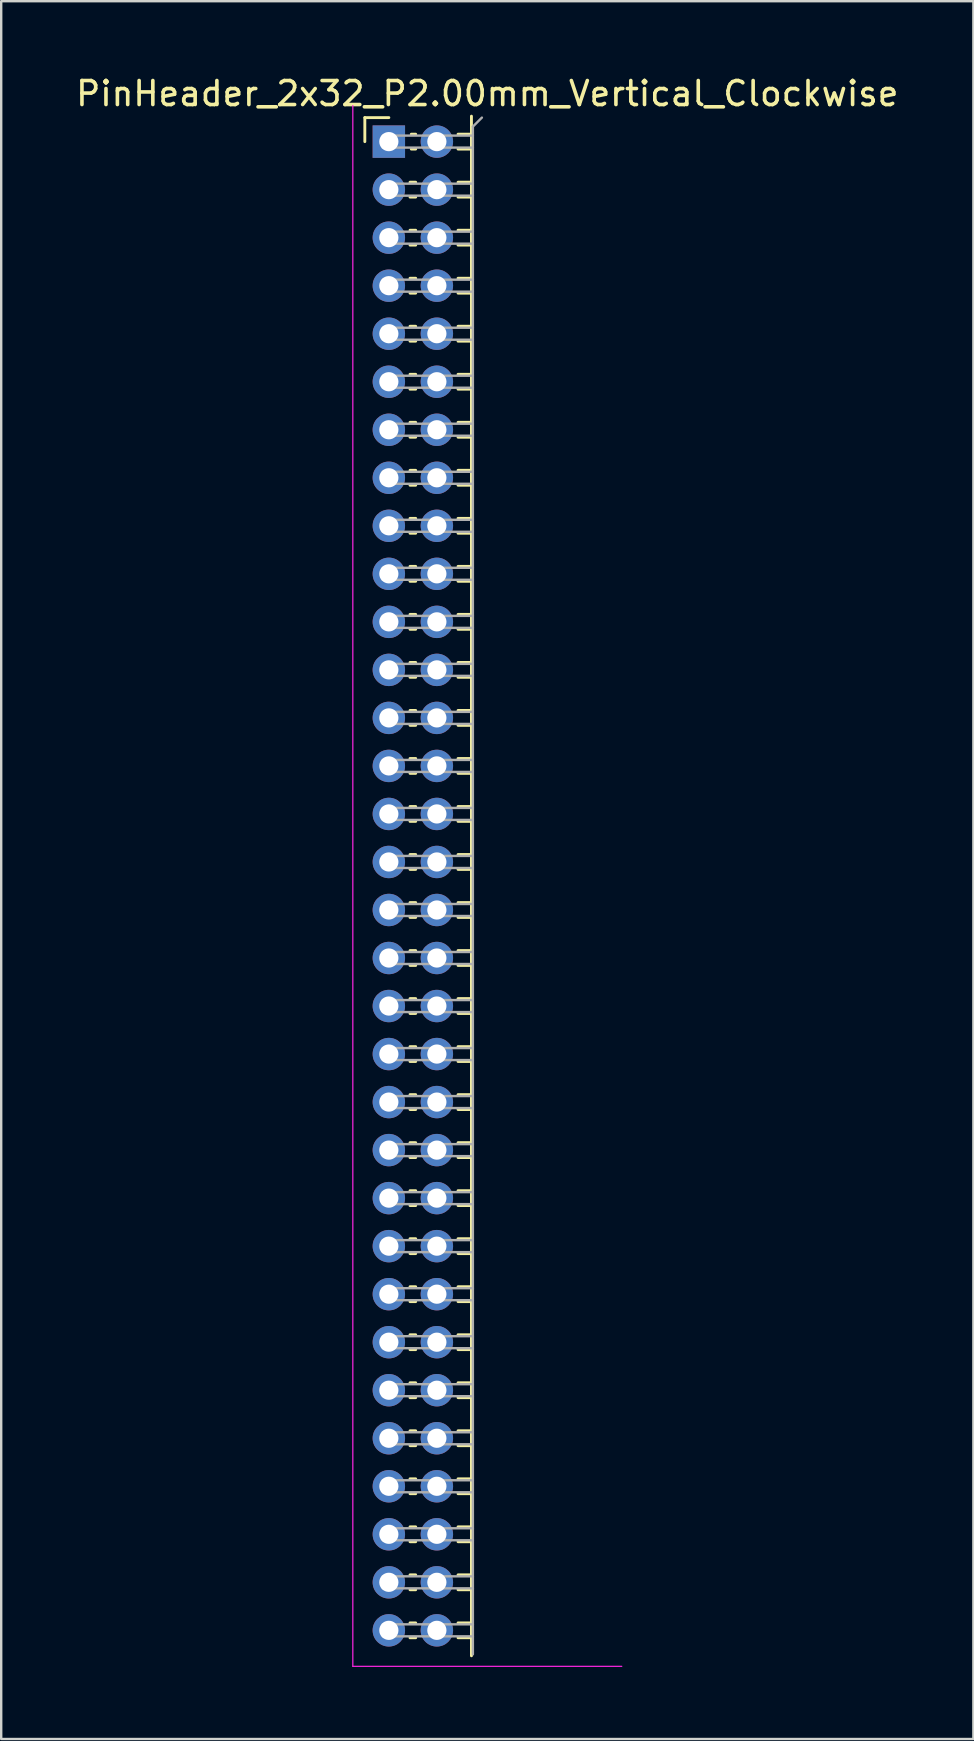
<source format=kicad_pcb>
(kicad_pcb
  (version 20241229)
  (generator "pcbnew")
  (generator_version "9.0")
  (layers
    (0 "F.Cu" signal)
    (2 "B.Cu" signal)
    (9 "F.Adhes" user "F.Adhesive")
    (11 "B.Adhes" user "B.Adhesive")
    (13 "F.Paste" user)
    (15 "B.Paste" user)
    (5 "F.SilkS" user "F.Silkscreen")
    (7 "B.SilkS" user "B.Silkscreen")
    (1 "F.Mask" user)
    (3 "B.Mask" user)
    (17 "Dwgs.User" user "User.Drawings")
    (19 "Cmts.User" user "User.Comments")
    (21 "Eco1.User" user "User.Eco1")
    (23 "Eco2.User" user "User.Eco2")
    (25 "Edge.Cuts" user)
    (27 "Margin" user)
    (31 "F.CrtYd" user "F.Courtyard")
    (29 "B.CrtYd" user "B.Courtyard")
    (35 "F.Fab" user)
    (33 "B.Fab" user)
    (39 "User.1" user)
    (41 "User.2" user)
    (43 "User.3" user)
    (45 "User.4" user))
  (footprint "PinHeader_2x32_P2.00mm_Vertical_Clockwise"
    (layer "F.Cu")
    (at 13.144 2.848)
    (property "Reference" "PinHeader_2x32_P2.00mm_Vertical_Clockwise" (at 4.1 -2 0) (layer "F.SilkS") (effects (font (size 1 1) (thickness 0.15))))
    (attr through_hole)
    (fp_line (start -1 -1) (end 0 -1) (stroke (width 0.12) (type solid)) (layer "F.SilkS"))
    (fp_line (start -1 0) (end -1 -1) (stroke (width 0.12) (type solid)) (layer "F.SilkS"))
    (fp_line (start 0.882 1.69) (end 1.118 1.69) (stroke (width 0.12) (type solid)) (layer "F.SilkS"))
    (fp_line (start 0.882 2.31) (end 1.118 2.31) (stroke (width 0.12) (type solid)) (layer "F.SilkS"))
    (fp_line (start 0.882 3.69) (end 1.118 3.69) (stroke (width 0.12) (type solid)) (layer "F.SilkS"))
    (fp_line (start 0.882 4.31) (end 1.118 4.31) (stroke (width 0.12) (type solid)) (layer "F.SilkS"))
    (fp_line (start 0.882 5.69) (end 1.118 5.69) (stroke (width 0.12) (type solid)) (layer "F.SilkS"))
    (fp_line (start 0.882 6.31) (end 1.118 6.31) (stroke (width 0.12) (type solid)) (layer "F.SilkS"))
    (fp_line (start 0.882 7.69) (end 1.118 7.69) (stroke (width 0.12) (type solid)) (layer "F.SilkS"))
    (fp_line (start 0.882 8.31) (end 1.118 8.31) (stroke (width 0.12) (type solid)) (layer "F.SilkS"))
    (fp_line (start 0.882 9.69) (end 1.118 9.69) (stroke (width 0.12) (type solid)) (layer "F.SilkS"))
    (fp_line (start 0.882 10.31) (end 1.118 10.31) (stroke (width 0.12) (type solid)) (layer "F.SilkS"))
    (fp_line (start 0.882 11.69) (end 1.118 11.69) (stroke (width 0.12) (type solid)) (layer "F.SilkS"))
    (fp_line (start 0.882 12.31) (end 1.118 12.31) (stroke (width 0.12) (type solid)) (layer "F.SilkS"))
    (fp_line (start 0.882 13.69) (end 1.118 13.69) (stroke (width 0.12) (type solid)) (layer "F.SilkS"))
    (fp_line (start 0.882 14.31) (end 1.118 14.31) (stroke (width 0.12) (type solid)) (layer "F.SilkS"))
    (fp_line (start 0.882 15.69) (end 1.118 15.69) (stroke (width 0.12) (type solid)) (layer "F.SilkS"))
    (fp_line (start 0.882 16.31) (end 1.118 16.31) (stroke (width 0.12) (type solid)) (layer "F.SilkS"))
    (fp_line (start 0.882 17.69) (end 1.118 17.69) (stroke (width 0.12) (type solid)) (layer "F.SilkS"))
    (fp_line (start 0.882 18.31) (end 1.118 18.31) (stroke (width 0.12) (type solid)) (layer "F.SilkS"))
    (fp_line (start 0.882 19.69) (end 1.118 19.69) (stroke (width 0.12) (type solid)) (layer "F.SilkS"))
    (fp_line (start 0.882 20.31) (end 1.118 20.31) (stroke (width 0.12) (type solid)) (layer "F.SilkS"))
    (fp_line (start 0.882 21.69) (end 1.118 21.69) (stroke (width 0.12) (type solid)) (layer "F.SilkS"))
    (fp_line (start 0.882 22.31) (end 1.118 22.31) (stroke (width 0.12) (type solid)) (layer "F.SilkS"))
    (fp_line (start 0.882 23.69) (end 1.118 23.69) (stroke (width 0.12) (type solid)) (layer "F.SilkS"))
    (fp_line (start 0.882 24.31) (end 1.118 24.31) (stroke (width 0.12) (type solid)) (layer "F.SilkS"))
    (fp_line (start 0.882 25.69) (end 1.118 25.69) (stroke (width 0.12) (type solid)) (layer "F.SilkS"))
    (fp_line (start 0.882 26.31) (end 1.118 26.31) (stroke (width 0.12) (type solid)) (layer "F.SilkS"))
    (fp_line (start 0.882 27.69) (end 1.118 27.69) (stroke (width 0.12) (type solid)) (layer "F.SilkS"))
    (fp_line (start 0.882 28.31) (end 1.118 28.31) (stroke (width 0.12) (type solid)) (layer "F.SilkS"))
    (fp_line (start 0.882 29.69) (end 1.118 29.69) (stroke (width 0.12) (type solid)) (layer "F.SilkS"))
    (fp_line (start 0.882 30.31) (end 1.118 30.31) (stroke (width 0.12) (type solid)) (layer "F.SilkS"))
    (fp_line (start 0.882 31.69) (end 1.118 31.69) (stroke (width 0.12) (type solid)) (layer "F.SilkS"))
    (fp_line (start 0.882 32.31) (end 1.118 32.31) (stroke (width 0.12) (type solid)) (layer "F.SilkS"))
    (fp_line (start 0.882 33.69) (end 1.118 33.69) (stroke (width 0.12) (type solid)) (layer "F.SilkS"))
    (fp_line (start 0.882 34.31) (end 1.118 34.31) (stroke (width 0.12) (type solid)) (layer "F.SilkS"))
    (fp_line (start 0.882 35.69) (end 1.118 35.69) (stroke (width 0.12) (type solid)) (layer "F.SilkS"))
    (fp_line (start 0.882 36.31) (end 1.118 36.31) (stroke (width 0.12) (type solid)) (layer "F.SilkS"))
    (fp_line (start 0.882 37.69) (end 1.118 37.69) (stroke (width 0.12) (type solid)) (layer "F.SilkS"))
    (fp_line (start 0.882 38.31) (end 1.118 38.31) (stroke (width 0.12) (type solid)) (layer "F.SilkS"))
    (fp_line (start 0.882 39.69) (end 1.118 39.69) (stroke (width 0.12) (type solid)) (layer "F.SilkS"))
    (fp_line (start 0.882 40.31) (end 1.118 40.31) (stroke (width 0.12) (type solid)) (layer "F.SilkS"))
    (fp_line (start 0.882 41.69) (end 1.118 41.69) (stroke (width 0.12) (type solid)) (layer "F.SilkS"))
    (fp_line (start 0.882 42.31) (end 1.118 42.31) (stroke (width 0.12) (type solid)) (layer "F.SilkS"))
    (fp_line (start 0.882 43.69) (end 1.118 43.69) (stroke (width 0.12) (type solid)) (layer "F.SilkS"))
    (fp_line (start 0.882 44.31) (end 1.118 44.31) (stroke (width 0.12) (type solid)) (layer "F.SilkS"))
    (fp_line (start 0.882 45.69) (end 1.118 45.69) (stroke (width 0.12) (type solid)) (layer "F.SilkS"))
    (fp_line (start 0.882 46.31) (end 1.118 46.31) (stroke (width 0.12) (type solid)) (layer "F.SilkS"))
    (fp_line (start 0.882 47.69) (end 1.118 47.69) (stroke (width 0.12) (type solid)) (layer "F.SilkS"))
    (fp_line (start 0.882 48.31) (end 1.118 48.31) (stroke (width 0.12) (type solid)) (layer "F.SilkS"))
    (fp_line (start 0.882 49.69) (end 1.118 49.69) (stroke (width 0.12) (type solid)) (layer "F.SilkS"))
    (fp_line (start 0.882 50.31) (end 1.118 50.31) (stroke (width 0.12) (type solid)) (layer "F.SilkS"))
    (fp_line (start 0.882 51.69) (end 1.118 51.69) (stroke (width 0.12) (type solid)) (layer "F.SilkS"))
    (fp_line (start 0.882 52.31) (end 1.118 52.31) (stroke (width 0.12) (type solid)) (layer "F.SilkS"))
    (fp_line (start 0.882 53.69) (end 1.118 53.69) (stroke (width 0.12) (type solid)) (layer "F.SilkS"))
    (fp_line (start 0.882 54.31) (end 1.118 54.31) (stroke (width 0.12) (type solid)) (layer "F.SilkS"))
    (fp_line (start 0.882 55.69) (end 1.118 55.69) (stroke (width 0.12) (type solid)) (layer "F.SilkS"))
    (fp_line (start 0.882 56.31) (end 1.118 56.31) (stroke (width 0.12) (type solid)) (layer "F.SilkS"))
    (fp_line (start 0.882 57.69) (end 1.118 57.69) (stroke (width 0.12) (type solid)) (layer "F.SilkS"))
    (fp_line (start 0.882 58.31) (end 1.118 58.31) (stroke (width 0.12) (type solid)) (layer "F.SilkS"))
    (fp_line (start 0.882 59.69) (end 1.118 59.69) (stroke (width 0.12) (type solid)) (layer "F.SilkS"))
    (fp_line (start 0.882 60.31) (end 1.118 60.31) (stroke (width 0.12) (type solid)) (layer "F.SilkS"))
    (fp_line (start 0.882 61.69) (end 1.118 61.69) (stroke (width 0.12) (type solid)) (layer "F.SilkS"))
    (fp_line (start 0.882 62.31) (end 1.118 62.31) (stroke (width 0.12) (type solid)) (layer "F.SilkS"))
    (fp_line (start 0.935 -0.31) (end 1.118 -0.31) (stroke (width 0.12) (type solid)) (layer "F.SilkS"))
    (fp_line (start 0.935 0.31) (end 1.118 0.31) (stroke (width 0.12) (type solid)) (layer "F.SilkS"))
    (fp_line (start 2.882 -0.31) (end 3.44 -0.31) (stroke (width 0.12) (type solid)) (layer "F.SilkS"))
    (fp_line (start 2.882 0.31) (end 3.44 0.31) (stroke (width 0.12) (type solid)) (layer "F.SilkS"))
    (fp_line (start 2.882 1.69) (end 3.44 1.69) (stroke (width 0.12) (type solid)) (layer "F.SilkS"))
    (fp_line (start 2.882 2.31) (end 3.44 2.31) (stroke (width 0.12) (type solid)) (layer "F.SilkS"))
    (fp_line (start 2.882 3.69) (end 3.44 3.69) (stroke (width 0.12) (type solid)) (layer "F.SilkS"))
    (fp_line (start 2.882 4.31) (end 3.44 4.31) (stroke (width 0.12) (type solid)) (layer "F.SilkS"))
    (fp_line (start 2.882 5.69) (end 3.44 5.69) (stroke (width 0.12) (type solid)) (layer "F.SilkS"))
    (fp_line (start 2.882 6.31) (end 3.44 6.31) (stroke (width 0.12) (type solid)) (layer "F.SilkS"))
    (fp_line (start 2.882 7.69) (end 3.44 7.69) (stroke (width 0.12) (type solid)) (layer "F.SilkS"))
    (fp_line (start 2.882 8.31) (end 3.44 8.31) (stroke (width 0.12) (type solid)) (layer "F.SilkS"))
    (fp_line (start 2.882 9.69) (end 3.44 9.69) (stroke (width 0.12) (type solid)) (layer "F.SilkS"))
    (fp_line (start 2.882 10.31) (end 3.44 10.31) (stroke (width 0.12) (type solid)) (layer "F.SilkS"))
    (fp_line (start 2.882 11.69) (end 3.44 11.69) (stroke (width 0.12) (type solid)) (layer "F.SilkS"))
    (fp_line (start 2.882 12.31) (end 3.44 12.31) (stroke (width 0.12) (type solid)) (layer "F.SilkS"))
    (fp_line (start 2.882 13.69) (end 3.44 13.69) (stroke (width 0.12) (type solid)) (layer "F.SilkS"))
    (fp_line (start 2.882 14.31) (end 3.44 14.31) (stroke (width 0.12) (type solid)) (layer "F.SilkS"))
    (fp_line (start 2.882 15.69) (end 3.44 15.69) (stroke (width 0.12) (type solid)) (layer "F.SilkS"))
    (fp_line (start 2.882 16.31) (end 3.44 16.31) (stroke (width 0.12) (type solid)) (layer "F.SilkS"))
    (fp_line (start 2.882 17.69) (end 3.44 17.69) (stroke (width 0.12) (type solid)) (layer "F.SilkS"))
    (fp_line (start 2.882 18.31) (end 3.44 18.31) (stroke (width 0.12) (type solid)) (layer "F.SilkS"))
    (fp_line (start 2.882 19.69) (end 3.44 19.69) (stroke (width 0.12) (type solid)) (layer "F.SilkS"))
    (fp_line (start 2.882 20.31) (end 3.44 20.31) (stroke (width 0.12) (type solid)) (layer "F.SilkS"))
    (fp_line (start 2.882 21.69) (end 3.44 21.69) (stroke (width 0.12) (type solid)) (layer "F.SilkS"))
    (fp_line (start 2.882 22.31) (end 3.44 22.31) (stroke (width 0.12) (type solid)) (layer "F.SilkS"))
    (fp_line (start 2.882 23.69) (end 3.44 23.69) (stroke (width 0.12) (type solid)) (layer "F.SilkS"))
    (fp_line (start 2.882 24.31) (end 3.44 24.31) (stroke (width 0.12) (type solid)) (layer "F.SilkS"))
    (fp_line (start 2.882 25.69) (end 3.44 25.69) (stroke (width 0.12) (type solid)) (layer "F.SilkS"))
    (fp_line (start 2.882 26.31) (end 3.44 26.31) (stroke (width 0.12) (type solid)) (layer "F.SilkS"))
    (fp_line (start 2.882 27.69) (end 3.44 27.69) (stroke (width 0.12) (type solid)) (layer "F.SilkS"))
    (fp_line (start 2.882 28.31) (end 3.44 28.31) (stroke (width 0.12) (type solid)) (layer "F.SilkS"))
    (fp_line (start 2.882 29.69) (end 3.44 29.69) (stroke (width 0.12) (type solid)) (layer "F.SilkS"))
    (fp_line (start 2.882 30.31) (end 3.44 30.31) (stroke (width 0.12) (type solid)) (layer "F.SilkS"))
    (fp_line (start 2.882 31.69) (end 3.44 31.69) (stroke (width 0.12) (type solid)) (layer "F.SilkS"))
    (fp_line (start 2.882 32.31) (end 3.44 32.31) (stroke (width 0.12) (type solid)) (layer "F.SilkS"))
    (fp_line (start 2.882 33.69) (end 3.44 33.69) (stroke (width 0.12) (type solid)) (layer "F.SilkS"))
    (fp_line (start 2.882 34.31) (end 3.44 34.31) (stroke (width 0.12) (type solid)) (layer "F.SilkS"))
    (fp_line (start 2.882 35.69) (end 3.44 35.69) (stroke (width 0.12) (type solid)) (layer "F.SilkS"))
    (fp_line (start 2.882 36.31) (end 3.44 36.31) (stroke (width 0.12) (type solid)) (layer "F.SilkS"))
    (fp_line (start 2.882 37.69) (end 3.44 37.69) (stroke (width 0.12) (type solid)) (layer "F.SilkS"))
    (fp_line (start 2.882 38.31) (end 3.44 38.31) (stroke (width 0.12) (type solid)) (layer "F.SilkS"))
    (fp_line (start 2.882 39.69) (end 3.44 39.69) (stroke (width 0.12) (type solid)) (layer "F.SilkS"))
    (fp_line (start 2.882 40.31) (end 3.44 40.31) (stroke (width 0.12) (type solid)) (layer "F.SilkS"))
    (fp_line (start 2.882 41.69) (end 3.44 41.69) (stroke (width 0.12) (type solid)) (layer "F.SilkS"))
    (fp_line (start 2.882 42.31) (end 3.44 42.31) (stroke (width 0.12) (type solid)) (layer "F.SilkS"))
    (fp_line (start 2.882 43.69) (end 3.44 43.69) (stroke (width 0.12) (type solid)) (layer "F.SilkS"))
    (fp_line (start 2.882 44.31) (end 3.44 44.31) (stroke (width 0.12) (type solid)) (layer "F.SilkS"))
    (fp_line (start 2.882 45.69) (end 3.44 45.69) (stroke (width 0.12) (type solid)) (layer "F.SilkS"))
    (fp_line (start 2.882 46.31) (end 3.44 46.31) (stroke (width 0.12) (type solid)) (layer "F.SilkS"))
    (fp_line (start 2.882 47.69) (end 3.44 47.69) (stroke (width 0.12) (type solid)) (layer "F.SilkS"))
    (fp_line (start 2.882 48.31) (end 3.44 48.31) (stroke (width 0.12) (type solid)) (layer "F.SilkS"))
    (fp_line (start 2.882 49.69) (end 3.44 49.69) (stroke (width 0.12) (type solid)) (layer "F.SilkS"))
    (fp_line (start 2.882 50.31) (end 3.44 50.31) (stroke (width 0.12) (type solid)) (layer "F.SilkS"))
    (fp_line (start 2.882 51.69) (end 3.44 51.69) (stroke (width 0.12) (type solid)) (layer "F.SilkS"))
    (fp_line (start 2.882 52.31) (end 3.44 52.31) (stroke (width 0.12) (type solid)) (layer "F.SilkS"))
    (fp_line (start 2.882 53.69) (end 3.44 53.69) (stroke (width 0.12) (type solid)) (layer "F.SilkS"))
    (fp_line (start 2.882 54.31) (end 3.44 54.31) (stroke (width 0.12) (type solid)) (layer "F.SilkS"))
    (fp_line (start 2.882 55.69) (end 3.44 55.69) (stroke (width 0.12) (type solid)) (layer "F.SilkS"))
    (fp_line (start 2.882 56.31) (end 3.44 56.31) (stroke (width 0.12) (type solid)) (layer "F.SilkS"))
    (fp_line (start 2.882 57.69) (end 3.44 57.69) (stroke (width 0.12) (type solid)) (layer "F.SilkS"))
    (fp_line (start 2.882 58.31) (end 3.44 58.31) (stroke (width 0.12) (type solid)) (layer "F.SilkS"))
    (fp_line (start 2.882 59.69) (end 3.44 59.69) (stroke (width 0.12) (type solid)) (layer "F.SilkS"))
    (fp_line (start 2.882 60.31) (end 3.44 60.31) (stroke (width 0.12) (type solid)) (layer "F.SilkS"))
    (fp_line (start 2.882 61.69) (end 3.44 61.69) (stroke (width 0.12) (type solid)) (layer "F.SilkS"))
    (fp_line (start 2.882 62.31) (end 3.44 62.31) (stroke (width 0.12) (type solid)) (layer "F.SilkS"))
    (fp_line (start 3.44 -1.06) (end 3.44 63.06) (stroke (width 0.12) (type solid)) (layer "F.SilkS"))
    (fp_line (start -1.5 -1.5) (end -1.5 63.5) (stroke (width 0.05) (type solid)) (layer "F.CrtYd"))
    (fp_line (start -1.5 63.5) (end 9.7 63.5) (stroke (width 0.05) (type solid)) (layer "F.CrtYd"))
    (fp_line (start -0.25 -0.25) (end -0.25 0.25) (stroke (width 0.1) (type solid)) (layer "F.Fab"))
    (fp_line (start -0.25 -0.25) (end 3.5 -0.25) (stroke (width 0.1) (type solid)) (layer "F.Fab"))
    (fp_line (start -0.25 0.25) (end 3.5 0.25) (stroke (width 0.1) (type solid)) (layer "F.Fab"))
    (fp_line (start -0.25 1.75) (end -0.25 2.25) (stroke (width 0.1) (type solid)) (layer "F.Fab"))
    (fp_line (start -0.25 1.75) (end 3.5 1.75) (stroke (width 0.1) (type solid)) (layer "F.Fab"))
    (fp_line (start -0.25 2.25) (end 3.5 2.25) (stroke (width 0.1) (type solid)) (layer "F.Fab"))
    (fp_line (start -0.25 3.75) (end -0.25 4.25) (stroke (width 0.1) (type solid)) (layer "F.Fab"))
    (fp_line (start -0.25 3.75) (end 3.5 3.75) (stroke (width 0.1) (type solid)) (layer "F.Fab"))
    (fp_line (start -0.25 4.25) (end 3.5 4.25) (stroke (width 0.1) (type solid)) (layer "F.Fab"))
    (fp_line (start -0.25 5.75) (end -0.25 6.25) (stroke (width 0.1) (type solid)) (layer "F.Fab"))
    (fp_line (start -0.25 5.75) (end 3.5 5.75) (stroke (width 0.1) (type solid)) (layer "F.Fab"))
    (fp_line (start -0.25 6.25) (end 3.5 6.25) (stroke (width 0.1) (type solid)) (layer "F.Fab"))
    (fp_line (start -0.25 7.75) (end -0.25 8.25) (stroke (width 0.1) (type solid)) (layer "F.Fab"))
    (fp_line (start -0.25 7.75) (end 3.5 7.75) (stroke (width 0.1) (type solid)) (layer "F.Fab"))
    (fp_line (start -0.25 8.25) (end 3.5 8.25) (stroke (width 0.1) (type solid)) (layer "F.Fab"))
    (fp_line (start -0.25 9.75) (end -0.25 10.25) (stroke (width 0.1) (type solid)) (layer "F.Fab"))
    (fp_line (start -0.25 9.75) (end 3.5 9.75) (stroke (width 0.1) (type solid)) (layer "F.Fab"))
    (fp_line (start -0.25 10.25) (end 3.5 10.25) (stroke (width 0.1) (type solid)) (layer "F.Fab"))
    (fp_line (start -0.25 11.75) (end -0.25 12.25) (stroke (width 0.1) (type solid)) (layer "F.Fab"))
    (fp_line (start -0.25 11.75) (end 3.5 11.75) (stroke (width 0.1) (type solid)) (layer "F.Fab"))
    (fp_line (start -0.25 12.25) (end 3.5 12.25) (stroke (width 0.1) (type solid)) (layer "F.Fab"))
    (fp_line (start -0.25 13.75) (end -0.25 14.25) (stroke (width 0.1) (type solid)) (layer "F.Fab"))
    (fp_line (start -0.25 13.75) (end 3.5 13.75) (stroke (width 0.1) (type solid)) (layer "F.Fab"))
    (fp_line (start -0.25 14.25) (end 3.5 14.25) (stroke (width 0.1) (type solid)) (layer "F.Fab"))
    (fp_line (start -0.25 15.75) (end -0.25 16.25) (stroke (width 0.1) (type solid)) (layer "F.Fab"))
    (fp_line (start -0.25 15.75) (end 3.5 15.75) (stroke (width 0.1) (type solid)) (layer "F.Fab"))
    (fp_line (start -0.25 16.25) (end 3.5 16.25) (stroke (width 0.1) (type solid)) (layer "F.Fab"))
    (fp_line (start -0.25 17.75) (end -0.25 18.25) (stroke (width 0.1) (type solid)) (layer "F.Fab"))
    (fp_line (start -0.25 17.75) (end 3.5 17.75) (stroke (width 0.1) (type solid)) (layer "F.Fab"))
    (fp_line (start -0.25 18.25) (end 3.5 18.25) (stroke (width 0.1) (type solid)) (layer "F.Fab"))
    (fp_line (start -0.25 19.75) (end -0.25 20.25) (stroke (width 0.1) (type solid)) (layer "F.Fab"))
    (fp_line (start -0.25 19.75) (end 3.5 19.75) (stroke (width 0.1) (type solid)) (layer "F.Fab"))
    (fp_line (start -0.25 20.25) (end 3.5 20.25) (stroke (width 0.1) (type solid)) (layer "F.Fab"))
    (fp_line (start -0.25 21.75) (end -0.25 22.25) (stroke (width 0.1) (type solid)) (layer "F.Fab"))
    (fp_line (start -0.25 21.75) (end 3.5 21.75) (stroke (width 0.1) (type solid)) (layer "F.Fab"))
    (fp_line (start -0.25 22.25) (end 3.5 22.25) (stroke (width 0.1) (type solid)) (layer "F.Fab"))
    (fp_line (start -0.25 23.75) (end -0.25 24.25) (stroke (width 0.1) (type solid)) (layer "F.Fab"))
    (fp_line (start -0.25 23.75) (end 3.5 23.75) (stroke (width 0.1) (type solid)) (layer "F.Fab"))
    (fp_line (start -0.25 24.25) (end 3.5 24.25) (stroke (width 0.1) (type solid)) (layer "F.Fab"))
    (fp_line (start -0.25 25.75) (end -0.25 26.25) (stroke (width 0.1) (type solid)) (layer "F.Fab"))
    (fp_line (start -0.25 25.75) (end 3.5 25.75) (stroke (width 0.1) (type solid)) (layer "F.Fab"))
    (fp_line (start -0.25 26.25) (end 3.5 26.25) (stroke (width 0.1) (type solid)) (layer "F.Fab"))
    (fp_line (start -0.25 27.75) (end -0.25 28.25) (stroke (width 0.1) (type solid)) (layer "F.Fab"))
    (fp_line (start -0.25 27.75) (end 3.5 27.75) (stroke (width 0.1) (type solid)) (layer "F.Fab"))
    (fp_line (start -0.25 28.25) (end 3.5 28.25) (stroke (width 0.1) (type solid)) (layer "F.Fab"))
    (fp_line (start -0.25 29.75) (end -0.25 30.25) (stroke (width 0.1) (type solid)) (layer "F.Fab"))
    (fp_line (start -0.25 29.75) (end 3.5 29.75) (stroke (width 0.1) (type solid)) (layer "F.Fab"))
    (fp_line (start -0.25 30.25) (end 3.5 30.25) (stroke (width 0.1) (type solid)) (layer "F.Fab"))
    (fp_line (start -0.25 31.75) (end -0.25 32.25) (stroke (width 0.1) (type solid)) (layer "F.Fab"))
    (fp_line (start -0.25 31.75) (end 3.5 31.75) (stroke (width 0.1) (type solid)) (layer "F.Fab"))
    (fp_line (start -0.25 32.25) (end 3.5 32.25) (stroke (width 0.1) (type solid)) (layer "F.Fab"))
    (fp_line (start -0.25 33.75) (end -0.25 34.25) (stroke (width 0.1) (type solid)) (layer "F.Fab"))
    (fp_line (start -0.25 33.75) (end 3.5 33.75) (stroke (width 0.1) (type solid)) (layer "F.Fab"))
    (fp_line (start -0.25 34.25) (end 3.5 34.25) (stroke (width 0.1) (type solid)) (layer "F.Fab"))
    (fp_line (start -0.25 35.75) (end -0.25 36.25) (stroke (width 0.1) (type solid)) (layer "F.Fab"))
    (fp_line (start -0.25 35.75) (end 3.5 35.75) (stroke (width 0.1) (type solid)) (layer "F.Fab"))
    (fp_line (start -0.25 36.25) (end 3.5 36.25) (stroke (width 0.1) (type solid)) (layer "F.Fab"))
    (fp_line (start -0.25 37.75) (end -0.25 38.25) (stroke (width 0.1) (type solid)) (layer "F.Fab"))
    (fp_line (start -0.25 37.75) (end 3.5 37.75) (stroke (width 0.1) (type solid)) (layer "F.Fab"))
    (fp_line (start -0.25 38.25) (end 3.5 38.25) (stroke (width 0.1) (type solid)) (layer "F.Fab"))
    (fp_line (start -0.25 39.75) (end -0.25 40.25) (stroke (width 0.1) (type solid)) (layer "F.Fab"))
    (fp_line (start -0.25 39.75) (end 3.5 39.75) (stroke (width 0.1) (type solid)) (layer "F.Fab"))
    (fp_line (start -0.25 40.25) (end 3.5 40.25) (stroke (width 0.1) (type solid)) (layer "F.Fab"))
    (fp_line (start -0.25 41.75) (end -0.25 42.25) (stroke (width 0.1) (type solid)) (layer "F.Fab"))
    (fp_line (start -0.25 41.75) (end 3.5 41.75) (stroke (width 0.1) (type solid)) (layer "F.Fab"))
    (fp_line (start -0.25 42.25) (end 3.5 42.25) (stroke (width 0.1) (type solid)) (layer "F.Fab"))
    (fp_line (start -0.25 43.75) (end -0.25 44.25) (stroke (width 0.1) (type solid)) (layer "F.Fab"))
    (fp_line (start -0.25 43.75) (end 3.5 43.75) (stroke (width 0.1) (type solid)) (layer "F.Fab"))
    (fp_line (start -0.25 44.25) (end 3.5 44.25) (stroke (width 0.1) (type solid)) (layer "F.Fab"))
    (fp_line (start -0.25 45.75) (end -0.25 46.25) (stroke (width 0.1) (type solid)) (layer "F.Fab"))
    (fp_line (start -0.25 45.75) (end 3.5 45.75) (stroke (width 0.1) (type solid)) (layer "F.Fab"))
    (fp_line (start -0.25 46.25) (end 3.5 46.25) (stroke (width 0.1) (type solid)) (layer "F.Fab"))
    (fp_line (start -0.25 47.75) (end -0.25 48.25) (stroke (width 0.1) (type solid)) (layer "F.Fab"))
    (fp_line (start -0.25 47.75) (end 3.5 47.75) (stroke (width 0.1) (type solid)) (layer "F.Fab"))
    (fp_line (start -0.25 48.25) (end 3.5 48.25) (stroke (width 0.1) (type solid)) (layer "F.Fab"))
    (fp_line (start -0.25 49.75) (end -0.25 50.25) (stroke (width 0.1) (type solid)) (layer "F.Fab"))
    (fp_line (start -0.25 49.75) (end 3.5 49.75) (stroke (width 0.1) (type solid)) (layer "F.Fab"))
    (fp_line (start -0.25 50.25) (end 3.5 50.25) (stroke (width 0.1) (type solid)) (layer "F.Fab"))
    (fp_line (start -0.25 51.75) (end -0.25 52.25) (stroke (width 0.1) (type solid)) (layer "F.Fab"))
    (fp_line (start -0.25 51.75) (end 3.5 51.75) (stroke (width 0.1) (type solid)) (layer "F.Fab"))
    (fp_line (start -0.25 52.25) (end 3.5 52.25) (stroke (width 0.1) (type solid)) (layer "F.Fab"))
    (fp_line (start -0.25 53.75) (end -0.25 54.25) (stroke (width 0.1) (type solid)) (layer "F.Fab"))
    (fp_line (start -0.25 53.75) (end 3.5 53.75) (stroke (width 0.1) (type solid)) (layer "F.Fab"))
    (fp_line (start -0.25 54.25) (end 3.5 54.25) (stroke (width 0.1) (type solid)) (layer "F.Fab"))
    (fp_line (start -0.25 55.75) (end -0.25 56.25) (stroke (width 0.1) (type solid)) (layer "F.Fab"))
    (fp_line (start -0.25 55.75) (end 3.5 55.75) (stroke (width 0.1) (type solid)) (layer "F.Fab"))
    (fp_line (start -0.25 56.25) (end 3.5 56.25) (stroke (width 0.1) (type solid)) (layer "F.Fab"))
    (fp_line (start -0.25 57.75) (end -0.25 58.25) (stroke (width 0.1) (type solid)) (layer "F.Fab"))
    (fp_line (start -0.25 57.75) (end 3.5 57.75) (stroke (width 0.1) (type solid)) (layer "F.Fab"))
    (fp_line (start -0.25 58.25) (end 3.5 58.25) (stroke (width 0.1) (type solid)) (layer "F.Fab"))
    (fp_line (start -0.25 59.75) (end -0.25 60.25) (stroke (width 0.1) (type solid)) (layer "F.Fab"))
    (fp_line (start -0.25 59.75) (end 3.5 59.75) (stroke (width 0.1) (type solid)) (layer "F.Fab"))
    (fp_line (start -0.25 60.25) (end 3.5 60.25) (stroke (width 0.1) (type solid)) (layer "F.Fab"))
    (fp_line (start -0.25 61.75) (end -0.25 62.25) (stroke (width 0.1) (type solid)) (layer "F.Fab"))
    (fp_line (start -0.25 61.75) (end 3.5 61.75) (stroke (width 0.1) (type solid)) (layer "F.Fab"))
    (fp_line (start -0.25 62.25) (end 3.5 62.25) (stroke (width 0.1) (type solid)) (layer "F.Fab"))
    (fp_line (start 3.5 -0.625) (end 3.875 -1) (stroke (width 0.1) (type solid)) (layer "F.Fab"))
    (fp_line (start 3.5 63) (end 3.5 -0.625) (stroke (width 0.1) (type solid)) (layer "F.Fab"))
    (pad "1" thru_hole rect (at 0 0) (size 1.35 1.35) (drill 0.8) (layers "*.Cu" "*.Mask"))
    (pad "2" thru_hole oval (at 2 0) (size 1.35 1.35) (drill 0.8) (layers "*.Cu" "*.Mask"))
    (pad "3" thru_hole oval (at 0 2) (size 1.35 1.35) (drill 0.8) (layers "*.Cu" "*.Mask"))
    (pad "4" thru_hole oval (at 2 2) (size 1.35 1.35) (drill 0.8) (layers "*.Cu" "*.Mask"))
    (pad "5" thru_hole oval (at 0 4) (size 1.35 1.35) (drill 0.8) (layers "*.Cu" "*.Mask"))
    (pad "6" thru_hole oval (at 2 4) (size 1.35 1.35) (drill 0.8) (layers "*.Cu" "*.Mask"))
    (pad "7" thru_hole oval (at 0 6) (size 1.35 1.35) (drill 0.8) (layers "*.Cu" "*.Mask"))
    (pad "8" thru_hole oval (at 2 6) (size 1.35 1.35) (drill 0.8) (layers "*.Cu" "*.Mask"))
    (pad "9" thru_hole oval (at 0 8) (size 1.35 1.35) (drill 0.8) (layers "*.Cu" "*.Mask"))
    (pad "10" thru_hole oval (at 2 8) (size 1.35 1.35) (drill 0.8) (layers "*.Cu" "*.Mask"))
    (pad "11" thru_hole oval (at 0 10) (size 1.35 1.35) (drill 0.8) (layers "*.Cu" "*.Mask"))
    (pad "12" thru_hole oval (at 2 10) (size 1.35 1.35) (drill 0.8) (layers "*.Cu" "*.Mask"))
    (pad "13" thru_hole oval (at 0 12) (size 1.35 1.35) (drill 0.8) (layers "*.Cu" "*.Mask"))
    (pad "14" thru_hole oval (at 2 12) (size 1.35 1.35) (drill 0.8) (layers "*.Cu" "*.Mask"))
    (pad "15" thru_hole oval (at 0 14) (size 1.35 1.35) (drill 0.8) (layers "*.Cu" "*.Mask"))
    (pad "16" thru_hole oval (at 2 14) (size 1.35 1.35) (drill 0.8) (layers "*.Cu" "*.Mask"))
    (pad "17" thru_hole oval (at 0 16) (size 1.35 1.35) (drill 0.8) (layers "*.Cu" "*.Mask"))
    (pad "18" thru_hole oval (at 2 16) (size 1.35 1.35) (drill 0.8) (layers "*.Cu" "*.Mask"))
    (pad "19" thru_hole oval (at 0 18) (size 1.35 1.35) (drill 0.8) (layers "*.Cu" "*.Mask"))
    (pad "20" thru_hole oval (at 2 18) (size 1.35 1.35) (drill 0.8) (layers "*.Cu" "*.Mask"))
    (pad "21" thru_hole oval (at 0 20) (size 1.35 1.35) (drill 0.8) (layers "*.Cu" "*.Mask"))
    (pad "22" thru_hole oval (at 2 20) (size 1.35 1.35) (drill 0.8) (layers "*.Cu" "*.Mask"))
    (pad "23" thru_hole oval (at 0 22) (size 1.35 1.35) (drill 0.8) (layers "*.Cu" "*.Mask"))
    (pad "24" thru_hole oval (at 2 22) (size 1.35 1.35) (drill 0.8) (layers "*.Cu" "*.Mask"))
    (pad "25" thru_hole oval (at 0 24) (size 1.35 1.35) (drill 0.8) (layers "*.Cu" "*.Mask"))
    (pad "26" thru_hole oval (at 2 24) (size 1.35 1.35) (drill 0.8) (layers "*.Cu" "*.Mask"))
    (pad "27" thru_hole oval (at 0 26) (size 1.35 1.35) (drill 0.8) (layers "*.Cu" "*.Mask"))
    (pad "28" thru_hole oval (at 2 26) (size 1.35 1.35) (drill 0.8) (layers "*.Cu" "*.Mask"))
    (pad "29" thru_hole oval (at 0 28) (size 1.35 1.35) (drill 0.8) (layers "*.Cu" "*.Mask"))
    (pad "30" thru_hole oval (at 2 28) (size 1.35 1.35) (drill 0.8) (layers "*.Cu" "*.Mask"))
    (pad "31" thru_hole oval (at 0 30) (size 1.35 1.35) (drill 0.8) (layers "*.Cu" "*.Mask"))
    (pad "32" thru_hole oval (at 2 30) (size 1.35 1.35) (drill 0.8) (layers "*.Cu" "*.Mask"))
    (pad "33" thru_hole oval (at 0 32) (size 1.35 1.35) (drill 0.8) (layers "*.Cu" "*.Mask"))
    (pad "34" thru_hole oval (at 2 32) (size 1.35 1.35) (drill 0.8) (layers "*.Cu" "*.Mask"))
    (pad "35" thru_hole oval (at 0 34) (size 1.35 1.35) (drill 0.8) (layers "*.Cu" "*.Mask"))
    (pad "36" thru_hole oval (at 2 34) (size 1.35 1.35) (drill 0.8) (layers "*.Cu" "*.Mask"))
    (pad "37" thru_hole oval (at 0 36) (size 1.35 1.35) (drill 0.8) (layers "*.Cu" "*.Mask"))
    (pad "38" thru_hole oval (at 2 36) (size 1.35 1.35) (drill 0.8) (layers "*.Cu" "*.Mask"))
    (pad "39" thru_hole oval (at 0 38) (size 1.35 1.35) (drill 0.8) (layers "*.Cu" "*.Mask"))
    (pad "40" thru_hole oval (at 2 38) (size 1.35 1.35) (drill 0.8) (layers "*.Cu" "*.Mask"))
    (pad "41" thru_hole oval (at 0 40) (size 1.35 1.35) (drill 0.8) (layers "*.Cu" "*.Mask"))
    (pad "42" thru_hole oval (at 2 40) (size 1.35 1.35) (drill 0.8) (layers "*.Cu" "*.Mask"))
    (pad "43" thru_hole oval (at 0 42) (size 1.35 1.35) (drill 0.8) (layers "*.Cu" "*.Mask"))
    (pad "44" thru_hole oval (at 2 42) (size 1.35 1.35) (drill 0.8) (layers "*.Cu" "*.Mask"))
    (pad "45" thru_hole oval (at 0 44) (size 1.35 1.35) (drill 0.8) (layers "*.Cu" "*.Mask"))
    (pad "46" thru_hole oval (at 2 44) (size 1.35 1.35) (drill 0.8) (layers "*.Cu" "*.Mask"))
    (pad "47" thru_hole oval (at 0 46) (size 1.35 1.35) (drill 0.8) (layers "*.Cu" "*.Mask"))
    (pad "48" thru_hole oval (at 2 46) (size 1.35 1.35) (drill 0.8) (layers "*.Cu" "*.Mask"))
    (pad "49" thru_hole oval (at 0 48) (size 1.35 1.35) (drill 0.8) (layers "*.Cu" "*.Mask"))
    (pad "50" thru_hole oval (at 2 48) (size 1.35 1.35) (drill 0.8) (layers "*.Cu" "*.Mask"))
    (pad "51" thru_hole oval (at 0 50) (size 1.35 1.35) (drill 0.8) (layers "*.Cu" "*.Mask"))
    (pad "52" thru_hole oval (at 2 50) (size 1.35 1.35) (drill 0.8) (layers "*.Cu" "*.Mask"))
    (pad "53" thru_hole oval (at 0 52) (size 1.35 1.35) (drill 0.8) (layers "*.Cu" "*.Mask"))
    (pad "54" thru_hole oval (at 2 52) (size 1.35 1.35) (drill 0.8) (layers "*.Cu" "*.Mask"))
    (pad "55" thru_hole oval (at 0 54) (size 1.35 1.35) (drill 0.8) (layers "*.Cu" "*.Mask"))
    (pad "56" thru_hole oval (at 2 54) (size 1.35 1.35) (drill 0.8) (layers "*.Cu" "*.Mask"))
    (pad "57" thru_hole oval (at 0 56) (size 1.35 1.35) (drill 0.8) (layers "*.Cu" "*.Mask"))
    (pad "58" thru_hole oval (at 2 56) (size 1.35 1.35) (drill 0.8) (layers "*.Cu" "*.Mask"))
    (pad "59" thru_hole oval (at 0 58) (size 1.35 1.35) (drill 0.8) (layers "*.Cu" "*.Mask"))
    (pad "60" thru_hole oval (at 2 58) (size 1.35 1.35) (drill 0.8) (layers "*.Cu" "*.Mask"))
    (pad "61" thru_hole oval (at 0 60) (size 1.35 1.35) (drill 0.8) (layers "*.Cu" "*.Mask"))
    (pad "62" thru_hole oval (at 2 60) (size 1.35 1.35) (drill 0.8) (layers "*.Cu" "*.Mask"))
    (pad "63" thru_hole oval (at 0 62) (size 1.35 1.35) (drill 0.8) (layers "*.Cu" "*.Mask"))
    (pad "64" thru_hole oval (at 2 62) (size 1.35 1.35) (drill 0.8) (layers "*.Cu" "*.Mask")))
  (gr_rect
    (start -3 -3)
    (end 37.488 69.373)
    (stroke (width 0.1) (type default))
    (fill no)
    (layer "Edge.Cuts")))
</source>
